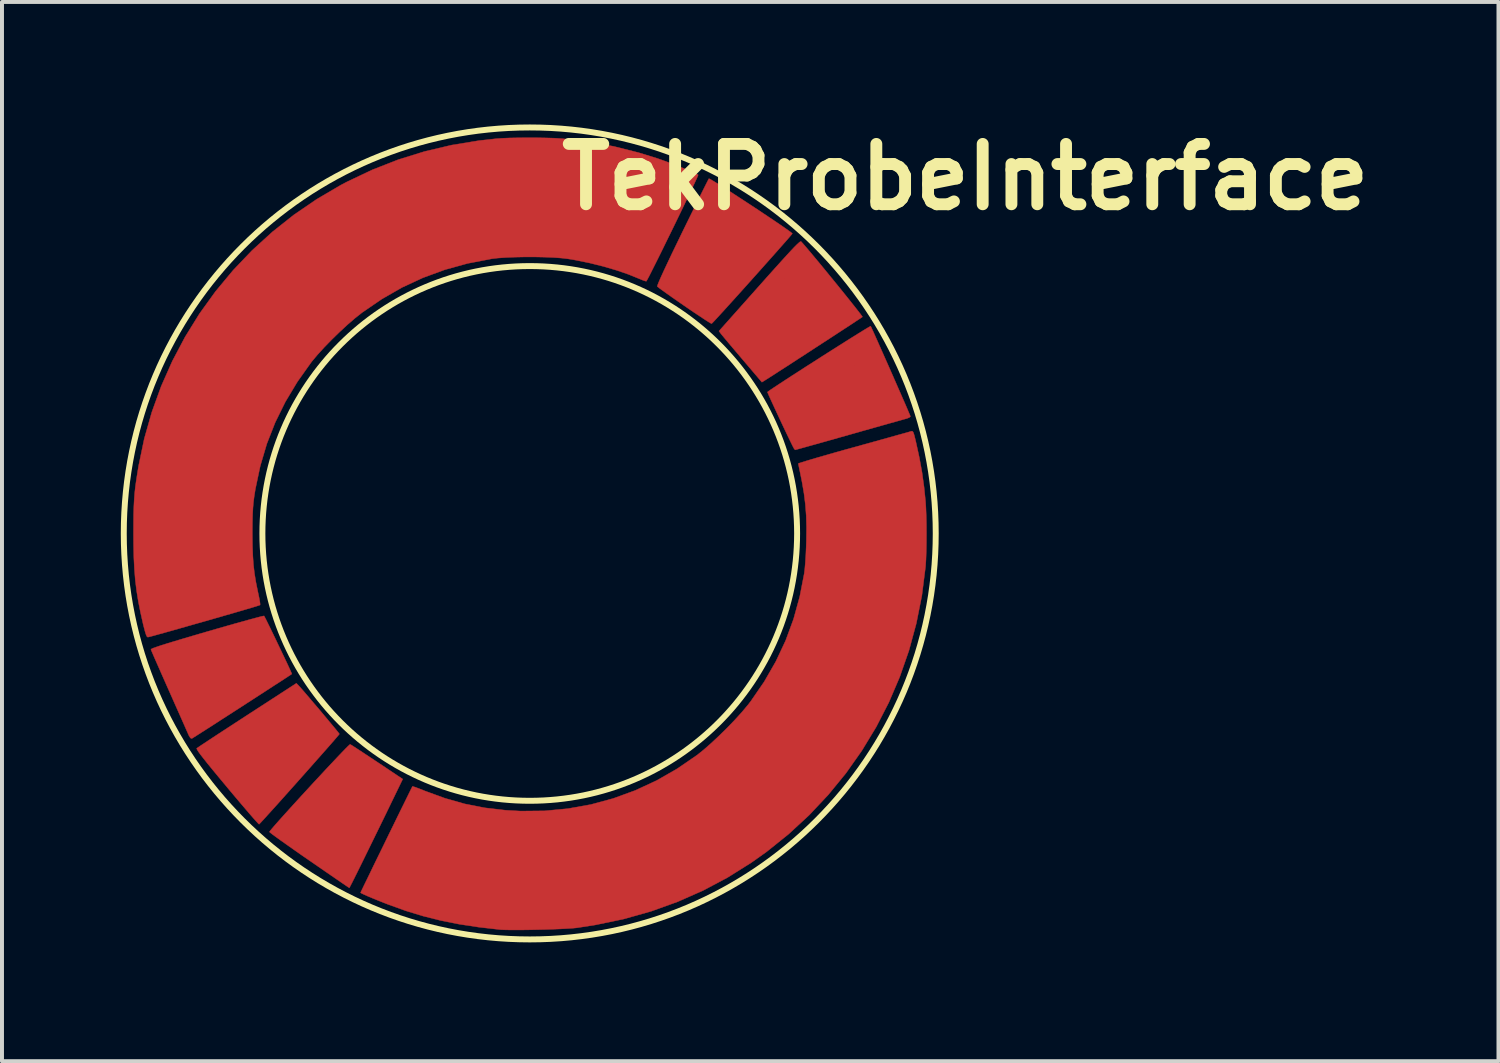
<source format=kicad_pcb>
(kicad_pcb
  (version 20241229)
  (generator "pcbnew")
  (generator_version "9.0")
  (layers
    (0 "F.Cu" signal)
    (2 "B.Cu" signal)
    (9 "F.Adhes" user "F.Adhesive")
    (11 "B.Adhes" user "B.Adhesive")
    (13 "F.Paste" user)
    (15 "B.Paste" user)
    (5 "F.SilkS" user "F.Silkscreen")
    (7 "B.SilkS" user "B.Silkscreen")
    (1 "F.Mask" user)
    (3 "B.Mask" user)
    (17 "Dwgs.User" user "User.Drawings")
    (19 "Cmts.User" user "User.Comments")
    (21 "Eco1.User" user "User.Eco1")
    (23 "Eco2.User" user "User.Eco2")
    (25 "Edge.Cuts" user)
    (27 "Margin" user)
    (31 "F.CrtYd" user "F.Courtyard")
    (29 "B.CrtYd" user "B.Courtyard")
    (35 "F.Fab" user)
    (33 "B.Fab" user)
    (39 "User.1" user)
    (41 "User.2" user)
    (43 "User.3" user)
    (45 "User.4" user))
  (footprint "TekProbeInterface"
    (layer "F.Cu")
    (at 10.325 10.418)
    (property "Reference" "TekProbeInterface" (at 11 -9 0) (layer "F.SilkS") (effects (font (size 1.524 1.524) (thickness 0.3))))
    (attr through_hole)
    (fp_poly (pts (xy 6.851 -7.37) (xy 6.909 -7.305) (xy 6.989 -7.212) (xy 7.088 -7.095) (xy 7.202 -6.958) (xy 7.328 -6.807) (xy 7.461 -6.645) (xy 7.598 -6.477) (xy 7.736 -6.308) (xy 7.87 -6.143) (xy 7.997 -5.985) (xy 8.113 -5.84) (xy 8.214 -5.713) (xy 8.297 -5.607) (xy 8.358 -5.528) (xy 8.393 -5.48) (xy 8.399 -5.467) (xy 8.375 -5.45) (xy 8.312 -5.408) (xy 8.216 -5.345) (xy 8.092 -5.263) (xy 7.943 -5.166) (xy 7.775 -5.056) (xy 7.593 -4.937) (xy 7.4 -4.812) (xy 7.202 -4.683) (xy 7.003 -4.553) (xy 6.808 -4.427) (xy 6.622 -4.306) (xy 6.449 -4.194) (xy 6.293 -4.094) (xy 6.161 -4.008) (xy 6.056 -3.941) (xy 5.982 -3.894) (xy 5.95 -3.873) (xy 5.861 -3.819) (xy 5.365 -4.402) (xy 5.238 -4.552) (xy 5.12 -4.691) (xy 5.015 -4.815) (xy 4.929 -4.918) (xy 4.865 -4.995) (xy 4.828 -5.04) (xy 4.823 -5.047) (xy 4.777 -5.109) (xy 5.798 -6.256) (xy 6.015 -6.5) (xy 6.201 -6.707) (xy 6.358 -6.881) (xy 6.488 -7.024) (xy 6.594 -7.139) (xy 6.678 -7.228) (xy 6.743 -7.293) (xy 6.791 -7.337) (xy 6.823 -7.363) (xy 6.843 -7.372) (xy 6.851 -7.37)) (stroke (width 0.01) (type solid)) (fill yes) (layer "F.Cu"))
    (fp_poly (pts (xy -4.507 5.341) (xy -4.442 5.382) (xy -4.346 5.445) (xy -4.223 5.525) (xy -4.08 5.62) (xy -3.923 5.724) (xy -3.855 5.769) (xy -3.207 6.202) (xy -3.482 6.769) (xy -3.631 7.077) (xy -3.775 7.372) (xy -3.912 7.652) (xy -4.04 7.913) (xy -4.157 8.152) (xy -4.262 8.366) (xy -4.354 8.552) (xy -4.43 8.705) (xy -4.49 8.824) (xy -4.532 8.905) (xy -4.553 8.945) (xy -4.556 8.948) (xy -4.578 8.934) (xy -4.637 8.894) (xy -4.731 8.83) (xy -4.853 8.746) (xy -5.002 8.644) (xy -5.172 8.527) (xy -5.359 8.398) (xy -5.559 8.26) (xy -5.568 8.254) (xy -5.769 8.115) (xy -5.956 7.984) (xy -6.126 7.864) (xy -6.275 7.759) (xy -6.398 7.67) (xy -6.491 7.602) (xy -6.551 7.556) (xy -6.572 7.535) (xy -6.572 7.535) (xy -6.556 7.51) (xy -6.508 7.452) (xy -6.433 7.365) (xy -6.335 7.254) (xy -6.217 7.122) (xy -6.082 6.973) (xy -5.935 6.811) (xy -5.779 6.64) (xy -5.618 6.465) (xy -5.456 6.289) (xy -5.295 6.116) (xy -5.141 5.95) (xy -4.996 5.796) (xy -4.865 5.657) (xy -4.75 5.536) (xy -4.656 5.439) (xy -4.587 5.37) (xy -4.545 5.331) (xy -4.535 5.325) (xy -4.507 5.341)) (stroke (width 0.01) (type solid)) (fill yes) (layer "F.Cu"))
    (fp_poly (pts (xy -5.834 3.843) (xy -5.796 3.884) (xy -5.734 3.955) (xy -5.652 4.05) (xy -5.555 4.164) (xy -5.448 4.29) (xy -5.335 4.422) (xy -5.223 4.556) (xy -5.114 4.686) (xy -5.015 4.805) (xy -4.929 4.908) (xy -4.863 4.989) (xy -4.82 5.043) (xy -4.806 5.063) (xy -4.822 5.085) (xy -4.869 5.14) (xy -4.942 5.226) (xy -5.039 5.337) (xy -5.155 5.469) (xy -5.288 5.619) (xy -5.433 5.783) (xy -5.587 5.957) (xy -5.746 6.136) (xy -5.906 6.316) (xy -6.065 6.494) (xy -6.218 6.665) (xy -6.362 6.826) (xy -6.494 6.972) (xy -6.609 7.099) (xy -6.704 7.204) (xy -6.776 7.282) (xy -6.82 7.329) (xy -6.834 7.342) (xy -6.854 7.324) (xy -6.903 7.271) (xy -6.979 7.187) (xy -7.077 7.074) (xy -7.194 6.937) (xy -7.328 6.78) (xy -7.475 6.606) (xy -7.632 6.419) (xy -7.646 6.401) (xy -7.838 6.171) (xy -7.998 5.977) (xy -8.129 5.817) (xy -8.232 5.687) (xy -8.31 5.587) (xy -8.364 5.513) (xy -8.396 5.462) (xy -8.409 5.433) (xy -8.407 5.425) (xy -8.381 5.406) (xy -8.316 5.362) (xy -8.216 5.296) (xy -8.085 5.209) (xy -7.927 5.105) (xy -7.745 4.986) (xy -7.544 4.855) (xy -7.327 4.714) (xy -7.135 4.589) (xy -5.892 3.783) (xy -5.834 3.843)) (stroke (width 0.01) (type solid)) (fill yes) (layer "F.Cu"))
    (fp_poly (pts (xy 4.548 -8.948) (xy 4.609 -8.913) (xy 4.703 -8.856) (xy 4.824 -8.78) (xy 4.967 -8.689) (xy 5.127 -8.586) (xy 5.3 -8.473) (xy 5.481 -8.355) (xy 5.664 -8.235) (xy 5.845 -8.115) (xy 6.018 -7.999) (xy 6.18 -7.891) (xy 6.324 -7.793) (xy 6.445 -7.709) (xy 6.54 -7.642) (xy 6.603 -7.596) (xy 6.629 -7.573) (xy 6.629 -7.571) (xy 6.611 -7.547) (xy 6.562 -7.489) (xy 6.487 -7.402) (xy 6.388 -7.29) (xy 6.27 -7.156) (xy 6.136 -7.005) (xy 5.99 -6.841) (xy 5.835 -6.667) (xy 5.675 -6.488) (xy 5.514 -6.308) (xy 5.355 -6.131) (xy 5.201 -5.96) (xy 5.057 -5.801) (xy 4.926 -5.656) (xy 4.811 -5.53) (xy 4.717 -5.428) (xy 4.647 -5.352) (xy 4.604 -5.308) (xy 4.591 -5.297) (xy 4.564 -5.31) (xy 4.501 -5.348) (xy 4.406 -5.409) (xy 4.286 -5.489) (xy 4.144 -5.583) (xy 3.987 -5.69) (xy 3.903 -5.748) (xy 3.74 -5.861) (xy 3.59 -5.965) (xy 3.459 -6.058) (xy 3.351 -6.135) (xy 3.272 -6.193) (xy 3.228 -6.228) (xy 3.22 -6.235) (xy 3.226 -6.266) (xy 3.255 -6.341) (xy 3.307 -6.46) (xy 3.381 -6.623) (xy 3.477 -6.827) (xy 3.594 -7.074) (xy 3.733 -7.361) (xy 3.85 -7.602) (xy 3.969 -7.845) (xy 4.082 -8.075) (xy 4.186 -8.286) (xy 4.28 -8.477) (xy 4.362 -8.641) (xy 4.429 -8.775) (xy 4.48 -8.876) (xy 4.512 -8.938) (xy 4.523 -8.958) (xy 4.548 -8.948)) (stroke (width 0.01) (type solid)) (fill yes) (layer "F.Cu"))
    (fp_poly (pts (xy -6.693 2.108) (xy -6.66 2.172) (xy -6.612 2.269) (xy -6.552 2.391) (xy -6.484 2.532) (xy -6.41 2.685) (xy -6.335 2.843) (xy -6.26 3) (xy -6.189 3.149) (xy -6.125 3.284) (xy -6.072 3.398) (xy -6.033 3.484) (xy -6.011 3.536) (xy -6.007 3.548) (xy -6.033 3.566) (xy -6.097 3.608) (xy -6.194 3.672) (xy -6.32 3.754) (xy -6.471 3.851) (xy -6.64 3.961) (xy -6.825 4.081) (xy -7.02 4.207) (xy -7.221 4.337) (xy -7.422 4.467) (xy -7.621 4.595) (xy -7.811 4.717) (xy -7.988 4.832) (xy -8.149 4.935) (xy -8.287 5.023) (xy -8.399 5.095) (xy -8.48 5.146) (xy -8.525 5.174) (xy -8.533 5.178) (xy -8.567 5.165) (xy -8.606 5.102) (xy -8.616 5.081) (xy -8.636 5.035) (xy -8.675 4.947) (xy -8.729 4.824) (xy -8.797 4.671) (xy -8.876 4.493) (xy -8.964 4.296) (xy -9.057 4.085) (xy -9.11 3.966) (xy -9.204 3.754) (xy -9.292 3.555) (xy -9.371 3.375) (xy -9.44 3.219) (xy -9.496 3.091) (xy -9.536 2.997) (xy -9.56 2.941) (xy -9.564 2.928) (xy -9.551 2.916) (xy -9.506 2.895) (xy -9.427 2.867) (xy -9.312 2.828) (xy -9.159 2.78) (xy -8.965 2.721) (xy -8.728 2.65) (xy -8.447 2.567) (xy -8.149 2.48) (xy -7.89 2.405) (xy -7.645 2.335) (xy -7.42 2.271) (xy -7.217 2.215) (xy -7.043 2.166) (xy -6.9 2.128) (xy -6.794 2.1) (xy -6.728 2.085) (xy -6.708 2.082) (xy -6.693 2.108)) (stroke (width 0.01) (type solid)) (fill yes) (layer "F.Cu"))
    (fp_poly (pts (xy 8.607 -5.233) (xy 8.62 -5.207) (xy 8.651 -5.14) (xy 8.698 -5.037) (xy 8.757 -4.905) (xy 8.827 -4.747) (xy 8.905 -4.571) (xy 8.989 -4.382) (xy 9.077 -4.184) (xy 9.165 -3.984) (xy 9.251 -3.787) (xy 9.334 -3.598) (xy 9.41 -3.424) (xy 9.478 -3.269) (xy 9.534 -3.138) (xy 9.576 -3.039) (xy 9.603 -2.975) (xy 9.611 -2.953) (xy 9.589 -2.931) (xy 9.533 -2.906) (xy 9.503 -2.897) (xy 9.458 -2.885) (xy 9.37 -2.86) (xy 9.242 -2.824) (xy 9.08 -2.779) (xy 8.889 -2.725) (xy 8.673 -2.664) (xy 8.438 -2.598) (xy 8.189 -2.527) (xy 8.055 -2.489) (xy 7.804 -2.418) (xy 7.567 -2.351) (xy 7.35 -2.29) (xy 7.157 -2.236) (xy 6.992 -2.19) (xy 6.86 -2.153) (xy 6.765 -2.127) (xy 6.712 -2.113) (xy 6.702 -2.11) (xy 6.681 -2.13) (xy 6.664 -2.157) (xy 6.633 -2.217) (xy 6.587 -2.311) (xy 6.529 -2.431) (xy 6.462 -2.57) (xy 6.39 -2.722) (xy 6.316 -2.88) (xy 6.243 -3.036) (xy 6.174 -3.185) (xy 6.112 -3.319) (xy 6.061 -3.43) (xy 6.024 -3.513) (xy 6.004 -3.561) (xy 6.001 -3.569) (xy 6.022 -3.586) (xy 6.081 -3.628) (xy 6.174 -3.69) (xy 6.297 -3.771) (xy 6.445 -3.868) (xy 6.612 -3.977) (xy 6.796 -4.095) (xy 6.991 -4.221) (xy 7.194 -4.35) (xy 7.398 -4.481) (xy 7.601 -4.61) (xy 7.797 -4.734) (xy 7.982 -4.851) (xy 8.151 -4.957) (xy 8.3 -5.05) (xy 8.425 -5.127) (xy 8.521 -5.185) (xy 8.583 -5.221) (xy 8.607 -5.233) (xy 8.607 -5.233)) (stroke (width 0.01) (type solid)) (fill yes) (layer "F.Cu"))
    (fp_poly (pts (xy 9.671 -2.572) (xy 9.689 -2.54) (xy 9.709 -2.476) (xy 9.734 -2.375) (xy 9.747 -2.321) (xy 9.835 -1.919) (xy 9.904 -1.541) (xy 9.956 -1.167) (xy 9.992 -0.814) (xy 10.002 -0.652) (xy 10.01 -0.455) (xy 10.015 -0.233) (xy 10.016 0.001) (xy 10.015 0.236) (xy 10.011 0.458) (xy 10.004 0.657) (xy 9.994 0.82) (xy 9.991 0.852) (xy 9.9 1.569) (xy 9.76 2.271) (xy 9.574 2.956) (xy 9.342 3.621) (xy 9.066 4.266) (xy 8.746 4.888) (xy 8.384 5.485) (xy 7.981 6.056) (xy 7.537 6.598) (xy 7.055 7.111) (xy 6.534 7.592) (xy 5.977 8.039) (xy 5.594 8.311) (xy 4.996 8.686) (xy 4.375 9.016) (xy 3.731 9.3) (xy 3.064 9.54) (xy 2.373 9.735) (xy 1.658 9.884) (xy 1.189 9.957) (xy 1.088 9.967) (xy 0.946 9.976) (xy 0.773 9.985) (xy 0.576 9.993) (xy 0.364 10) (xy 0.147 10.005) (xy -0.067 10.009) (xy -0.269 10.011) (xy -0.45 10.011) (xy -0.602 10.009) (xy -0.715 10.005) (xy -0.75 10.002) (xy -1.284 9.941) (xy -1.779 9.866) (xy -2.245 9.773) (xy -2.692 9.661) (xy -3.131 9.527) (xy -3.572 9.368) (xy -3.636 9.343) (xy -3.808 9.275) (xy -3.962 9.212) (xy -4.091 9.158) (xy -4.189 9.114) (xy -4.251 9.084) (xy -4.271 9.069) (xy -4.261 9.046) (xy -4.23 8.981) (xy -4.182 8.881) (xy -4.118 8.75) (xy -4.041 8.592) (xy -3.955 8.413) (xy -3.86 8.218) (xy -3.759 8.012) (xy -3.655 7.799) (xy -3.551 7.585) (xy -3.447 7.373) (xy -3.348 7.17) (xy -3.255 6.98) (xy -3.17 6.808) (xy -3.097 6.659) (xy -3.037 6.537) (xy -2.993 6.448) (xy -2.967 6.397) (xy -2.961 6.386) (xy -2.936 6.392) (xy -2.873 6.413) (xy -2.78 6.448) (xy -2.668 6.493) (xy -2.64 6.504) (xy -2.138 6.687) (xy -1.641 6.828) (xy -1.137 6.927) (xy -0.616 6.988) (xy -0.228 7.01) (xy 0.373 7.004) (xy 0.964 6.948) (xy 1.544 6.844) (xy 2.111 6.69) (xy 2.664 6.488) (xy 3.201 6.239) (xy 3.72 5.942) (xy 4.219 5.6) (xy 4.387 5.466) (xy 4.576 5.3) (xy 4.776 5.113) (xy 4.979 4.914) (xy 5.174 4.712) (xy 5.352 4.516) (xy 5.504 4.335) (xy 5.577 4.241) (xy 5.919 3.744) (xy 6.212 3.234) (xy 6.459 2.708) (xy 6.66 2.162) (xy 6.817 1.592) (xy 6.929 1.017) (xy 6.944 0.896) (xy 6.958 0.735) (xy 6.97 0.546) (xy 6.979 0.341) (xy 6.984 0.178) (xy 6.988 -0.152) (xy 6.98 -0.448) (xy 6.959 -0.726) (xy 6.925 -1.001) (xy 6.876 -1.289) (xy 6.85 -1.421) (xy 6.825 -1.543) (xy 6.803 -1.647) (xy 6.788 -1.724) (xy 6.78 -1.761) (xy 6.78 -1.763) (xy 6.803 -1.774) (xy 6.871 -1.796) (xy 6.979 -1.83) (xy 7.123 -1.873) (xy 7.299 -1.925) (xy 7.502 -1.983) (xy 7.729 -2.048) (xy 7.974 -2.117) (xy 8.174 -2.172) (xy 8.433 -2.244) (xy 8.678 -2.312) (xy 8.905 -2.375) (xy 9.109 -2.432) (xy 9.286 -2.482) (xy 9.431 -2.522) (xy 9.539 -2.552) (xy 9.607 -2.572) (xy 9.627 -2.578) (xy 9.652 -2.582) (xy 9.671 -2.572)) (stroke (width 0.01) (type solid)) (fill yes) (layer "F.Cu"))
    (fp_poly (pts (xy 0.181 -9.99) (xy 0.408 -9.986) (xy 0.614 -9.98) (xy 0.786 -9.97) (xy 0.839 -9.966) (xy 1.491 -9.888) (xy 2.123 -9.772) (xy 2.749 -9.614) (xy 3.22 -9.469) (xy 3.342 -9.426) (xy 3.482 -9.375) (xy 3.632 -9.318) (xy 3.782 -9.259) (xy 3.925 -9.201) (xy 4.052 -9.148) (xy 4.155 -9.103) (xy 4.225 -9.069) (xy 4.253 -9.053) (xy 4.244 -9.029) (xy 4.216 -8.964) (xy 4.169 -8.863) (xy 4.107 -8.731) (xy 4.033 -8.574) (xy 3.947 -8.395) (xy 3.853 -8.2) (xy 3.753 -7.994) (xy 3.65 -7.781) (xy 3.545 -7.566) (xy 3.441 -7.355) (xy 3.342 -7.152) (xy 3.248 -6.962) (xy 3.162 -6.79) (xy 3.087 -6.641) (xy 3.026 -6.519) (xy 2.979 -6.43) (xy 2.951 -6.379) (xy 2.944 -6.368) (xy 2.916 -6.372) (xy 2.855 -6.393) (xy 2.772 -6.427) (xy 2.756 -6.434) (xy 2.49 -6.542) (xy 2.186 -6.646) (xy 1.855 -6.743) (xy 1.509 -6.829) (xy 1.162 -6.9) (xy 0.966 -6.933) (xy 0.804 -6.952) (xy 0.603 -6.967) (xy 0.374 -6.976) (xy 0.128 -6.981) (xy -0.124 -6.981) (xy -0.371 -6.976) (xy -0.6 -6.967) (xy -0.802 -6.953) (xy -0.964 -6.934) (xy -0.966 -6.933) (xy -1.569 -6.817) (xy -2.145 -6.658) (xy -2.695 -6.456) (xy -3.224 -6.211) (xy -3.733 -5.919) (xy -4.226 -5.582) (xy -4.24 -5.571) (xy -4.412 -5.435) (xy -4.603 -5.27) (xy -4.802 -5.086) (xy -5.001 -4.892) (xy -5.189 -4.699) (xy -5.357 -4.514) (xy -5.496 -4.349) (xy -5.517 -4.322) (xy -5.868 -3.827) (xy -6.171 -3.322) (xy -6.427 -2.802) (xy -6.638 -2.264) (xy -6.804 -1.704) (xy -6.928 -1.118) (xy -6.958 -0.928) (xy -6.975 -0.793) (xy -6.988 -0.647) (xy -6.997 -0.48) (xy -7.002 -0.282) (xy -7.004 -0.044) (xy -7.004 0) (xy -7.001 0.297) (xy -6.992 0.556) (xy -6.976 0.789) (xy -6.95 1.01) (xy -6.914 1.23) (xy -6.867 1.463) (xy -6.853 1.527) (xy -6.83 1.637) (xy -6.814 1.727) (xy -6.807 1.788) (xy -6.81 1.807) (xy -6.837 1.817) (xy -6.908 1.84) (xy -7.017 1.873) (xy -7.16 1.915) (xy -7.33 1.965) (xy -7.522 2.021) (xy -7.732 2.081) (xy -7.953 2.145) (xy -8.181 2.21) (xy -8.409 2.275) (xy -8.634 2.339) (xy -8.848 2.4) (xy -9.048 2.457) (xy -9.228 2.507) (xy -9.383 2.55) (xy -9.506 2.584) (xy -9.593 2.607) (xy -9.639 2.618) (xy -9.644 2.619) (xy -9.665 2.604) (xy -9.688 2.556) (xy -9.715 2.469) (xy -9.749 2.339) (xy -9.76 2.295) (xy -9.828 1.993) (xy -9.883 1.715) (xy -9.926 1.448) (xy -9.959 1.183) (xy -9.981 0.907) (xy -9.996 0.611) (xy -10.003 0.283) (xy -10.005 0.013) (xy -10.004 -0.255) (xy -10.002 -0.482) (xy -9.996 -0.678) (xy -9.987 -0.852) (xy -9.975 -1.016) (xy -9.957 -1.179) (xy -9.933 -1.35) (xy -9.903 -1.541) (xy -9.876 -1.704) (xy -9.733 -2.391) (xy -9.542 -3.063) (xy -9.305 -3.718) (xy -9.024 -4.352) (xy -8.701 -4.963) (xy -8.337 -5.551) (xy -7.933 -6.111) (xy -7.491 -6.643) (xy -7.013 -7.144) (xy -6.5 -7.612) (xy -5.954 -8.045) (xy -5.376 -8.44) (xy -4.769 -8.796) (xy -4.611 -8.879) (xy -3.972 -9.182) (xy -3.321 -9.437) (xy -2.655 -9.644) (xy -1.972 -9.805) (xy -1.269 -9.92) (xy -0.852 -9.966) (xy -0.699 -9.977) (xy -0.507 -9.985) (xy -0.288 -9.989) (xy -0.055 -9.991) (xy 0.181 -9.99)) (stroke (width 0.01) (type solid)) (fill yes) (layer "F.Cu"))
    (fp_circle (center 0 0) (end 6.75 0) (stroke (width 0.15) (type solid)) (fill no) (layer "F.SilkS"))
    (fp_circle (center 0 0) (end 10.25 0) (stroke (width 0.15) (type solid)) (fill no) (layer "F.SilkS"))
    (pad "1" smd circle (at 2.25 -8.25) (size 1.524 1.524) (layers "F.Cu" "F.Mask" "F.Paste"))
    (pad "2" smd circle (at 5 -7.5) (size 1.524 1.524) (layers "F.Cu" "F.Mask" "F.Paste"))
    (pad "3" smd circle (at 6.75 -5.75) (size 1.524 1.524) (layers "F.Cu" "F.Mask" "F.Paste"))
    (pad "4" smd circle (at 8 -3.5) (size 1.524 1.524) (layers "F.Cu" "F.Mask" "F.Paste"))
    (pad "5" smd circle (at 8.75 -1) (size 1.524 1.524) (layers "F.Cu" "F.Mask" "F.Paste"))
    (pad "6" smd circle (at -5 7.5) (size 1.524 1.524) (layers "F.Cu" "F.Mask" "F.Paste"))
    (pad "7" smd circle (at -7 5.75) (size 1.524 1.524) (layers "F.Cu" "F.Mask" "F.Paste"))
    (pad "8" smd circle (at -8 3.5) (size 1.524 1.524) (layers "F.Cu" "F.Mask" "F.Paste")))
  (gr_rect
    (start -3 -3)
    (end 34.783 23.743)
    (stroke (width 0.1) (type default))
    (fill no)
    (layer "Edge.Cuts")))
</source>
